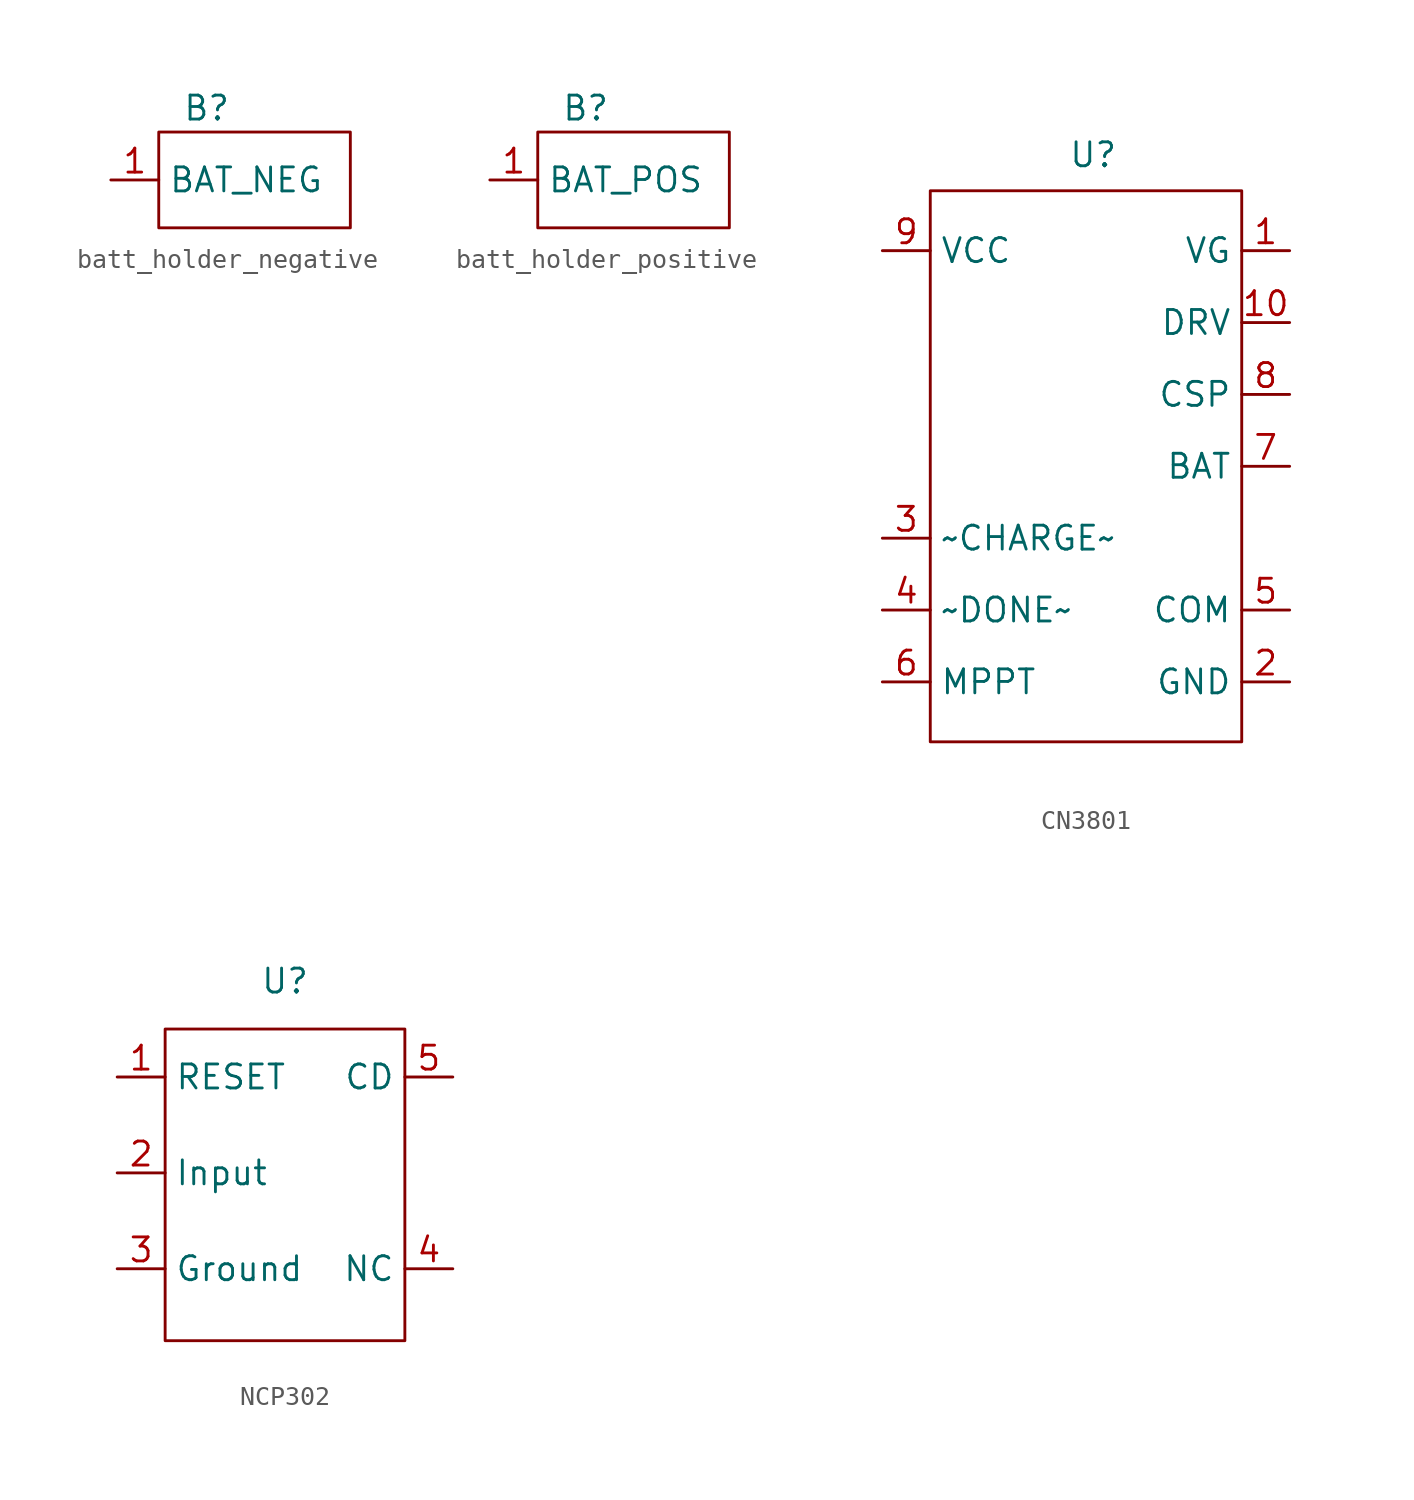
<source format=kicad_sym>
(kicad_symbol_lib
  (version 20231120)
  (generator "kicad_symbol_editor")
  (generator_version "8.0")
  (symbol "batt_holder_negative"
    (property "Reference" "B"
      (at 0 0 0)
      (effects (font (size 1.27 1.27))))
    (property "Value" ""
      (at 0 0 0)
      (effects (font (size 1.27 1.27))))
    (symbol "batt_holder_negative_0_1"
      (rectangle (start -2.54 -1.27) (end 7.62 -6.35) (stroke (width 0) (type default)) (fill (type none))))
    (symbol "batt_holder_negative_1_1"
      (pin input line (at -5.08 -3.81 0) (length 2.54) (name "BAT_NEG" (effects (font (size 1.27 1.27)))) (number "1" (effects (font (size 1.27 1.27)))))))
  (symbol "batt_holder_positive"
    (property "Reference" "B"
      (at 0 0 0)
      (effects (font (size 1.27 1.27))))
    (property "Value" ""
      (at 0 0 0)
      (effects (font (size 1.27 1.27))))
    (symbol "batt_holder_positive_0_1"
      (rectangle (start -2.54 -1.27) (end 7.62 -6.35) (stroke (width 0) (type default)) (fill (type none))))
    (symbol "batt_holder_positive_1_1"
      (pin input line (at -5.08 -3.81 0) (length 2.54) (name "BAT_POS" (effects (font (size 1.27 1.27)))) (number "1" (effects (font (size 1.27 1.27)))))))
  (symbol "CN3801"
    (property "Reference" "U"
      (at 6.096 1.27 0)
      (effects (font (size 1.27 1.27))))
    (property "Value" ""
      (at 0 0 0)
      (effects (font (size 1.27 1.27))))
    (symbol "CN3801_0_1"
      (rectangle (start -2.54 -0.635) (end 13.97 -29.845) (stroke (width 0) (type default)) (fill (type none))))
    (symbol "CN3801_1_1"
      (pin input line (at 16.51 -3.81 180) (length 2.54) (name "VG" (effects (font (size 1.27 1.27)))) (number "1" (effects (font (size 1.27 1.27)))))
      (pin input line (at 16.51 -7.62 180) (length 2.54) (name "DRV" (effects (font (size 1.27 1.27)))) (number "10" (effects (font (size 1.27 1.27)))))
      (pin input line (at 16.51 -26.67 180) (length 2.54) (name "GND" (effects (font (size 1.27 1.27)))) (number "2" (effects (font (size 1.27 1.27)))))
      (pin input line (at -5.08 -19.05 0) (length 2.54) (name "~CHARGE~" (effects (font (size 1.27 1.27)))) (number "3" (effects (font (size 1.27 1.27)))))
      (pin input line (at -5.08 -22.86 0) (length 2.54) (name "~DONE~" (effects (font (size 1.27 1.27)))) (number "4" (effects (font (size 1.27 1.27)))))
      (pin input line (at 16.51 -22.86 180) (length 2.54) (name "COM" (effects (font (size 1.27 1.27)))) (number "5" (effects (font (size 1.27 1.27)))))
      (pin input line (at -5.08 -26.67 0) (length 2.54) (name "MPPT" (effects (font (size 1.27 1.27)))) (number "6" (effects (font (size 1.27 1.27)))))
      (pin input line (at 16.51 -15.24 180) (length 2.54) (name "BAT" (effects (font (size 1.27 1.27)))) (number "7" (effects (font (size 1.27 1.27)))))
      (pin input line (at 16.51 -11.43 180) (length 2.54) (name "CSP" (effects (font (size 1.27 1.27)))) (number "8" (effects (font (size 1.27 1.27)))))
      (pin input line (at -5.08 -3.81 0) (length 2.54) (name "VCC" (effects (font (size 1.27 1.27)))) (number "9" (effects (font (size 1.27 1.27)))))))
  (symbol "NCP302"
    (property "Reference" "U"
      (at 0 0 0)
      (effects (font (size 1.27 1.27))))
    (property "Value" ""
      (at 0 0 0)
      (effects (font (size 1.27 1.27))))
    (symbol "NCP302_0_1"
      (rectangle (start -6.35 -2.54) (end 6.35 -19.05) (stroke (width 0) (type default)) (fill (type none))))
    (symbol "NCP302_1_1"
      (pin input line (at -8.89 -5.08 0) (length 2.54) (name "RESET" (effects (font (size 1.27 1.27)))) (number "1" (effects (font (size 1.27 1.27)))))
      (pin input line (at -8.89 -10.16 0) (length 2.54) (name "Input" (effects (font (size 1.27 1.27)))) (number "2" (effects (font (size 1.27 1.27)))))
      (pin input line (at -8.89 -15.24 0) (length 2.54) (name "Ground" (effects (font (size 1.27 1.27)))) (number "3" (effects (font (size 1.27 1.27)))))
      (pin input line (at 8.89 -15.24 180) (length 2.54) (name "NC" (effects (font (size 1.27 1.27)))) (number "4" (effects (font (size 1.27 1.27)))))
      (pin input line (at 8.89 -5.08 180) (length 2.54) (name "CD" (effects (font (size 1.27 1.27)))) (number "5" (effects (font (size 1.27 1.27))))))))
</source>
